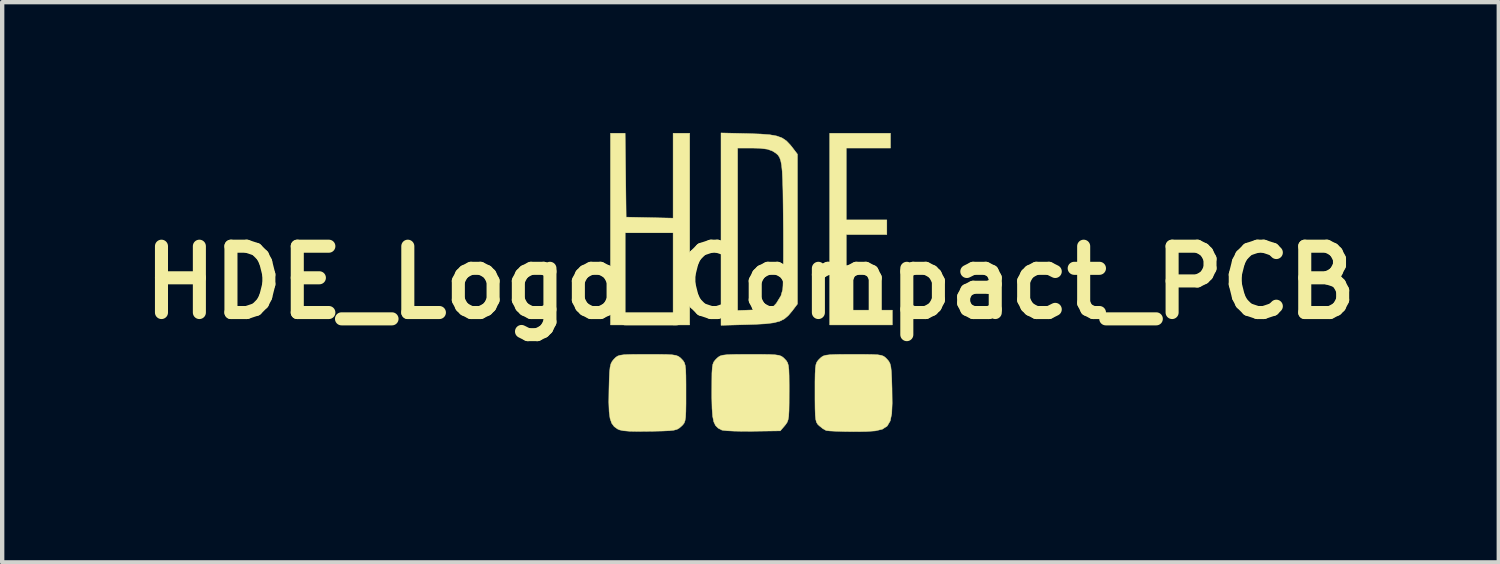
<source format=kicad_pcb>
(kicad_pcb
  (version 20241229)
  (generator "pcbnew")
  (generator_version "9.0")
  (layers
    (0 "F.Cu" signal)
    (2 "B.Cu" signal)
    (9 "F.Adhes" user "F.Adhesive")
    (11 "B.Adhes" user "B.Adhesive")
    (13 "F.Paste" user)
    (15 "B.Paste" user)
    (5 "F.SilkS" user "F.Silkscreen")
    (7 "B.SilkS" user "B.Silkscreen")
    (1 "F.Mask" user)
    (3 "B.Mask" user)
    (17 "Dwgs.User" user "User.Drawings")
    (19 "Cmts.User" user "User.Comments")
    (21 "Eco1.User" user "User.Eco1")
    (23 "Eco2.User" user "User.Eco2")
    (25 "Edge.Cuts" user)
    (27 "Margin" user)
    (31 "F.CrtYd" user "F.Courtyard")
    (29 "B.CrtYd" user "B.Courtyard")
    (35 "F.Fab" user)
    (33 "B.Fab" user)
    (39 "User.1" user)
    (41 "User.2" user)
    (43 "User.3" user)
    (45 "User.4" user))
  (footprint "HDE_Logo_Compact_PCB"
    (layer "F.Cu")
    (at 14.195 3.442)
    (property "Reference" "HDE_Logo_Compact_PCB" (at 0 0 0) (layer "F.SilkS") (effects (font (size 1.524 1.524) (thickness 0.3))))
    (attr through_hole)
    (fp_poly (pts (xy -2.857 -1.503) (xy -1.778 -1.479) (xy -1.778 -3.429) (xy -1.397 -3.429) (xy -1.397 0.974) (xy -1.778 0.974) (xy -1.778 -1.143) (xy -2.879 -1.143) (xy -2.879 0.974) (xy -3.217 0.974) (xy -3.217 -3.429) (xy -2.88 -3.429) (xy -2.857 -1.503)) (stroke (width 0.01) (type solid)) (fill yes) (layer "F.SilkS"))
    (fp_poly (pts (xy 3.217 -3.09) (xy 2.201 -3.09) (xy 2.201 -1.439) (xy 3.133 -1.439) (xy 3.133 -1.101) (xy 2.201 -1.101) (xy 2.201 0.635) (xy 3.26 0.635) (xy 3.26 0.974) (xy 1.82 0.974) (xy 1.82 -3.429) (xy 3.217 -3.429) (xy 3.217 -3.09)) (stroke (width 0.01) (type solid)) (fill yes) (layer "F.SilkS"))
    (fp_poly (pts (xy 0.255 1.651) (xy 0.439 1.654) (xy 0.567 1.661) (xy 0.652 1.673) (xy 0.709 1.693) (xy 0.752 1.723) (xy 0.785 1.755) (xy 0.825 1.798) (xy 0.852 1.843) (xy 0.871 1.907) (xy 0.882 2.002) (xy 0.887 2.144) (xy 0.889 2.347) (xy 0.889 2.515) (xy 0.888 2.764) (xy 0.885 2.945) (xy 0.878 3.07) (xy 0.864 3.154) (xy 0.842 3.213) (xy 0.809 3.262) (xy 0.787 3.289) (xy 0.685 3.408) (xy 0.057 3.417) (xy -0.172 3.418) (xy -0.377 3.414) (xy -0.539 3.406) (xy -0.642 3.394) (xy -0.662 3.389) (xy -0.743 3.346) (xy -0.802 3.288) (xy -0.843 3.202) (xy -0.869 3.075) (xy -0.883 2.895) (xy -0.889 2.648) (xy -0.889 2.507) (xy -0.888 2.26) (xy -0.886 2.082) (xy -0.878 1.96) (xy -0.865 1.879) (xy -0.843 1.824) (xy -0.81 1.781) (xy -0.785 1.755) (xy -0.743 1.716) (xy -0.699 1.688) (xy -0.637 1.67) (xy -0.543 1.659) (xy -0.405 1.653) (xy -0.207 1.651) (xy 0 1.651) (xy 0.255 1.651)) (stroke (width 0.01) (type solid)) (fill yes) (layer "F.SilkS"))
    (fp_poly (pts (xy 2.614 1.651) (xy 2.795 1.654) (xy 2.921 1.66) (xy 3.004 1.673) (xy 3.06 1.694) (xy 3.101 1.725) (xy 3.136 1.76) (xy 3.177 1.808) (xy 3.206 1.862) (xy 3.225 1.936) (xy 3.237 2.047) (xy 3.245 2.21) (xy 3.252 2.441) (xy 3.252 2.463) (xy 3.256 2.773) (xy 3.246 3.009) (xy 3.211 3.18) (xy 3.142 3.297) (xy 3.031 3.37) (xy 2.868 3.409) (xy 2.644 3.424) (xy 2.362 3.426) (xy 2.148 3.423) (xy 1.961 3.417) (xy 1.82 3.41) (xy 1.742 3.401) (xy 1.736 3.399) (xy 1.659 3.355) (xy 1.577 3.289) (xy 1.541 3.253) (xy 1.516 3.209) (xy 1.499 3.144) (xy 1.489 3.045) (xy 1.484 2.897) (xy 1.482 2.686) (xy 1.482 2.531) (xy 1.482 2.278) (xy 1.485 2.096) (xy 1.492 1.97) (xy 1.504 1.885) (xy 1.525 1.829) (xy 1.556 1.786) (xy 1.586 1.755) (xy 1.628 1.716) (xy 1.673 1.688) (xy 1.735 1.67) (xy 1.829 1.659) (xy 1.969 1.653) (xy 2.169 1.651) (xy 2.361 1.651) (xy 2.614 1.651)) (stroke (width 0.01) (type solid)) (fill yes) (layer "F.SilkS"))
    (fp_poly (pts (xy -2.109 1.651) (xy -1.926 1.654) (xy -1.8 1.661) (xy -1.716 1.674) (xy -1.66 1.695) (xy -1.617 1.725) (xy -1.586 1.755) (xy -1.547 1.797) (xy -1.519 1.842) (xy -1.5 1.905) (xy -1.489 1.999) (xy -1.484 2.138) (xy -1.482 2.338) (xy -1.482 2.531) (xy -1.482 2.783) (xy -1.485 2.965) (xy -1.491 3.09) (xy -1.504 3.174) (xy -1.524 3.229) (xy -1.555 3.27) (xy -1.591 3.305) (xy -1.638 3.345) (xy -1.689 3.374) (xy -1.76 3.393) (xy -1.866 3.405) (xy -2.022 3.412) (xy -2.243 3.417) (xy -2.321 3.418) (xy -2.586 3.421) (xy -2.779 3.417) (xy -2.915 3.406) (xy -3.006 3.387) (xy -3.053 3.367) (xy -3.132 3.31) (xy -3.189 3.233) (xy -3.227 3.122) (xy -3.248 2.966) (xy -3.256 2.75) (xy -3.252 2.463) (xy -3.252 2.463) (xy -3.246 2.226) (xy -3.238 2.058) (xy -3.226 1.944) (xy -3.207 1.867) (xy -3.179 1.812) (xy -3.14 1.764) (xy -3.136 1.76) (xy -3.095 1.719) (xy -3.052 1.69) (xy -2.994 1.671) (xy -2.905 1.659) (xy -2.772 1.653) (xy -2.581 1.651) (xy -2.361 1.651) (xy -2.109 1.651)) (stroke (width 0.01) (type solid)) (fill yes) (layer "F.SilkS"))
    (fp_poly (pts (xy -0.053 -3.422) (xy 0.232 -3.412) (xy 0.447 -3.395) (xy 0.608 -3.366) (xy 0.73 -3.32) (xy 0.828 -3.253) (xy 0.916 -3.16) (xy 0.961 -3.104) (xy 1.079 -2.949) (xy 1.079 0.493) (xy 0.961 0.649) (xy 0.872 0.755) (xy 0.78 0.834) (xy 0.672 0.889) (xy 0.531 0.925) (xy 0.343 0.948) (xy 0.092 0.961) (xy -0.053 0.966) (xy -0.677 0.983) (xy -0.677 -3.09) (xy -0.296 -3.09) (xy -0.296 0.643) (xy 0.088 0.629) (xy 0.272 0.62) (xy 0.393 0.607) (xy 0.472 0.584) (xy 0.532 0.543) (xy 0.593 0.479) (xy 0.593 0.479) (xy 0.7 0.305) (xy 0.741 0.161) (xy 0.747 0.075) (xy 0.752 -0.085) (xy 0.755 -0.305) (xy 0.757 -0.575) (xy 0.757 -0.882) (xy 0.756 -1.215) (xy 0.754 -1.397) (xy 0.75 -1.791) (xy 0.746 -2.109) (xy 0.739 -2.36) (xy 0.729 -2.554) (xy 0.715 -2.699) (xy 0.694 -2.804) (xy 0.666 -2.879) (xy 0.629 -2.933) (xy 0.581 -2.974) (xy 0.522 -3.012) (xy 0.505 -3.022) (xy 0.39 -3.064) (xy 0.215 -3.086) (xy 0.046 -3.09) (xy -0.296 -3.09) (xy -0.677 -3.09) (xy -0.677 -3.437) (xy -0.053 -3.422)) (stroke (width 0.01) (type solid)) (fill yes) (layer "F.SilkS")))
  (gr_rect
    (start -3 -3)
    (end 31.39 9.872)
    (stroke (width 0.1) (type default))
    (fill no)
    (layer "Edge.Cuts")))
</source>
